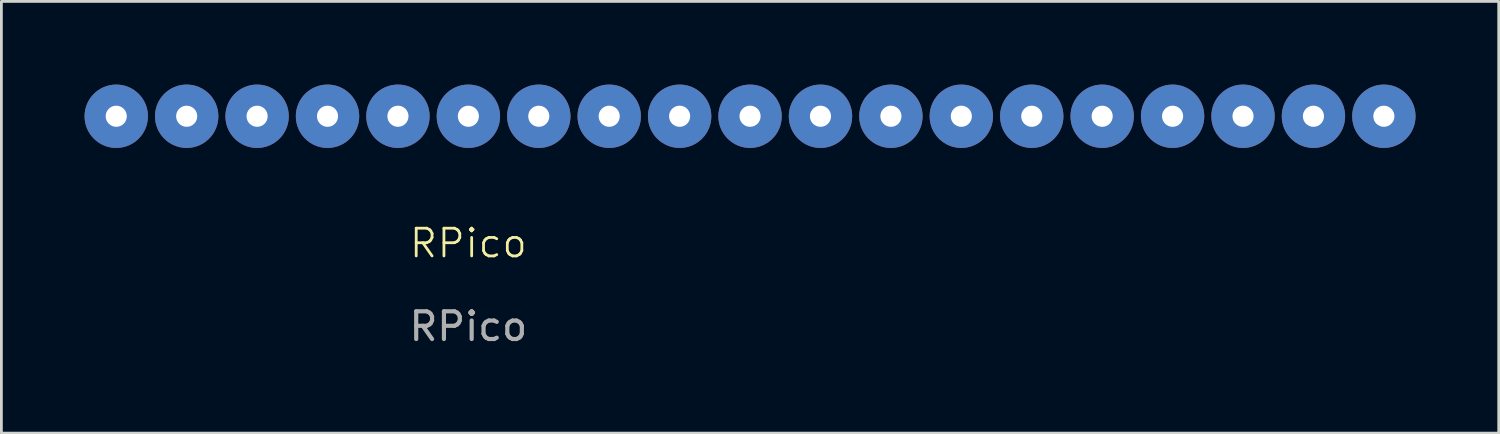
<source format=kicad_pcb>
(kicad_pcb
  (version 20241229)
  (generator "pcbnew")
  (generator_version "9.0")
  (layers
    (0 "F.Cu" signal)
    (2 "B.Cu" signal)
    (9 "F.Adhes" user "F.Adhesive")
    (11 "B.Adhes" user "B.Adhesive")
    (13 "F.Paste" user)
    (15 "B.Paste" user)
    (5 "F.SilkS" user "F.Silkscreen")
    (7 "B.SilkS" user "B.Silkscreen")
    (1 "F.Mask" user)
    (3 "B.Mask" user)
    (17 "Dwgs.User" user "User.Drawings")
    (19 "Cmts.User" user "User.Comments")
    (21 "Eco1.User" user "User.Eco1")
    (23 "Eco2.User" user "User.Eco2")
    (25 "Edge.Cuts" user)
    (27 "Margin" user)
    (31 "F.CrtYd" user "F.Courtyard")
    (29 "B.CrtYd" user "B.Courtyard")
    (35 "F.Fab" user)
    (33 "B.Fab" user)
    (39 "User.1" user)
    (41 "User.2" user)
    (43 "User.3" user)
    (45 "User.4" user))
  (footprint "RPico"
    (layer "F.Cu")
    (at 13.843 6.223)
    (property "Reference" "RPico" (at 0 -0.5 0) (unlocked yes) (layer "F.SilkS") (effects (font (size 1 1) (thickness 0.1))))
    (attr through_hole)
    (fp_text user "${REFERENCE}" (at 0 2.5 0) (unlocked yes) (layer "F.Fab") (effects (font (size 1 1) (thickness 0.15))))
    (pad "2" thru_hole circle (at -12.7 -5.08) (size 2.286 2.286) (drill 0.762) (layers "*.Cu" "*.Mask"))
    (pad "3" thru_hole circle (at -10.16 -5.08) (size 2.286 2.286) (drill 0.762) (layers "*.Cu" "*.Mask"))
    (pad "4" thru_hole circle (at -7.62 -5.08) (size 2.286 2.286) (drill 0.762) (layers "*.Cu" "*.Mask"))
    (pad "5" thru_hole circle (at -5.08 -5.08) (size 2.286 2.286) (drill 0.762) (layers "*.Cu" "*.Mask"))
    (pad "6" thru_hole circle (at -2.54 -5.08) (size 2.286 2.286) (drill 0.762) (layers "*.Cu" "*.Mask"))
    (pad "7" thru_hole circle (at 0 -5.08) (size 2.286 2.286) (drill 0.762) (layers "*.Cu" "*.Mask"))
    (pad "8" thru_hole circle (at 2.54 -5.08) (size 2.286 2.286) (drill 0.762) (layers "*.Cu" "*.Mask"))
    (pad "9" thru_hole circle (at 5.08 -5.08) (size 2.286 2.286) (drill 0.762) (layers "*.Cu" "*.Mask"))
    (pad "10" thru_hole circle (at 7.62 -5.08) (size 2.286 2.286) (drill 0.762) (layers "*.Cu" "*.Mask"))
    (pad "11" thru_hole circle (at 10.16 -5.08) (size 2.286 2.286) (drill 0.762) (layers "*.Cu" "*.Mask"))
    (pad "12" thru_hole circle (at 12.7 -5.08) (size 2.286 2.286) (drill 0.762) (layers "*.Cu" "*.Mask"))
    (pad "13" thru_hole circle (at 15.24 -5.08) (size 2.286 2.286) (drill 0.762) (layers "*.Cu" "*.Mask"))
    (pad "14" thru_hole circle (at 17.78 -5.08) (size 2.286 2.286) (drill 0.762) (layers "*.Cu" "*.Mask"))
    (pad "15" thru_hole circle (at 20.32 -5.08) (size 2.286 2.286) (drill 0.762) (layers "*.Cu" "*.Mask"))
    (pad "16" thru_hole circle (at 22.86 -5.08) (size 2.286 2.286) (drill 0.762) (layers "*.Cu" "*.Mask"))
    (pad "17" thru_hole circle (at 25.4 -5.08) (size 2.286 2.286) (drill 0.762) (layers "*.Cu" "*.Mask"))
    (pad "18" thru_hole circle (at 27.94 -5.08) (size 2.286 2.286) (drill 0.762) (layers "*.Cu" "*.Mask"))
    (pad "19" thru_hole circle (at 30.48 -5.08) (size 2.286 2.286) (drill 0.762) (layers "*.Cu" "*.Mask"))
    (pad "20" thru_hole circle (at 33.02 -5.08) (size 2.286 2.286) (drill 0.762) (layers "*.Cu" "*.Mask")))
  (gr_rect
    (start -3 -3)
    (end 51.006 12.571)
    (stroke (width 0.1) (type default))
    (fill no)
    (layer "Edge.Cuts")))
</source>
